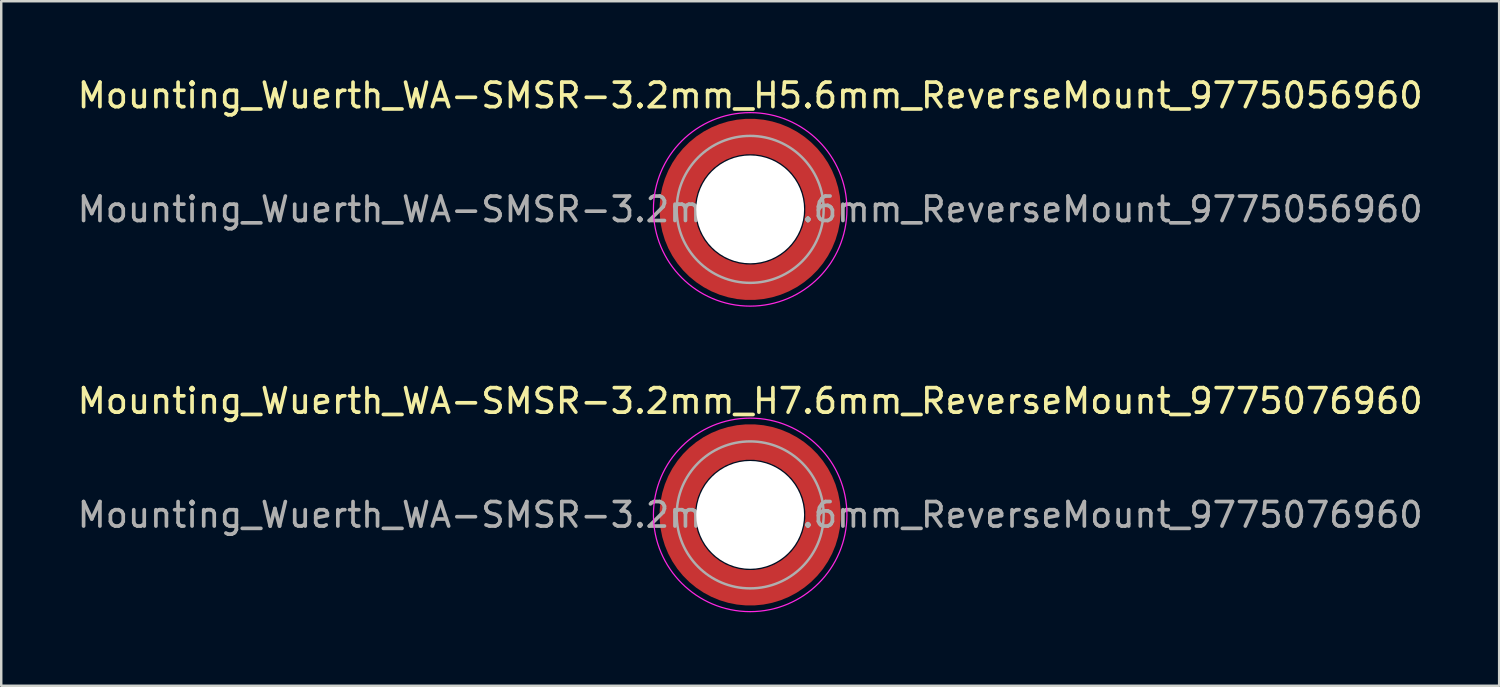
<source format=kicad_pcb>
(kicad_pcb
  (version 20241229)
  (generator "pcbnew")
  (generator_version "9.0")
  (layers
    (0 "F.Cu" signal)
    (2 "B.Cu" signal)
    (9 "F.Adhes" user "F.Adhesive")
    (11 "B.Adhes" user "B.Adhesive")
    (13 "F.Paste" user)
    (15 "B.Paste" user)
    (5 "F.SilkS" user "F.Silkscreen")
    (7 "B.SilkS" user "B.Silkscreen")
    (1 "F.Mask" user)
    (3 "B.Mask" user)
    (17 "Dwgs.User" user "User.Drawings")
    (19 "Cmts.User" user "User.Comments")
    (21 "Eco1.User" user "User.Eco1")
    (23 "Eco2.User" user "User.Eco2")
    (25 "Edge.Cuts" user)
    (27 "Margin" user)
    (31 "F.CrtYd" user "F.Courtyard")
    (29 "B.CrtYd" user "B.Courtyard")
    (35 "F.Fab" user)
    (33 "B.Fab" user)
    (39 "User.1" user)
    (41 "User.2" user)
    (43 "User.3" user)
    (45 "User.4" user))
  (footprint "Mounting_Wuerth_WA-SMSR-3.2mm_H7.6mm_ReverseMount_9775076960"
    (layer "F.Cu")
    (at 27.577 17.971)
    (property "Reference" "Mounting_Wuerth_WA-SMSR-3.2mm_H7.6mm_ReverseMount_9775076960" (at 0 -4.65 0) (layer "F.SilkS") (effects (font (size 1 1) (thickness 0.15))))
    (attr smd allow_soldermask_bridges)
    (fp_circle (center 0 0) (end 3.95 0) (stroke (width 0.05) (type solid)) (fill no) (layer "F.CrtYd"))
    (fp_circle (center 0 0) (end 3 0) (stroke (width 0.1) (type solid)) (fill no) (layer "F.Fab"))
    (fp_text user "${REFERENCE}" (at 0 0 0) (layer "F.Fab") (effects (font (size 1 1) (thickness 0.15))))
    (pad "" smd custom (at -2.095 -2.095) (size 0.672 0.672) (layers "F.Paste") (options (anchor circle)) (primitives (gr_arc (start -0.24231 1.594804) (mid 0.404819 0.404819) (end 1.594804 -0.24231) (width 0.2)) (gr_arc (start -0.3398 1.594804) (mid 0.337349 0.337349) (end 1.594804 -0.3398) (width 0.2)) (gr_arc (start -0.437132 1.594804) (mid 0.269879 0.269879) (end 1.594804 -0.437132) (width 0.2)) (gr_arc (start -0.534324 1.594804) (mid 0.202409 0.202409) (end 1.594804 -0.534324) (width 0.2)) (gr_arc (start -0.631391 1.594804) (mid 0.13494 0.13494) (end 1.594804 -0.631391) (width 0.2)) (gr_arc (start -0.728345 1.594804) (mid 0.06747 0.06747) (end 1.594804 -0.728345) (width 0.2)) (gr_arc (start -0.825197 1.594804) (mid 0 0) (end 1.594804 -0.825197) (width 0.2)) (gr_arc (start -0.921958 1.594804) (mid -0.06747 -0.06747) (end 1.594804 -0.921958) (width 0.2)) (gr_arc (start -1.018637 1.594804) (mid -0.13494 -0.13494) (end 1.594804 -1.018637) (width 0.2)) (gr_arc (start -1.115239 1.594804) (mid -0.202409 -0.202409) (end 1.594804 -1.115239) (width 0.2)) (gr_arc (start -1.211773 1.594804) (mid -0.269879 -0.269879) (end 1.594804 -1.211773) (width 0.2)) (gr_arc (start -1.308244 1.594804) (mid -0.337349 -0.337349) (end 1.594804 -1.308244) (width 0.2)) (gr_arc (start -1.404657 1.594804) (mid -0.404819 -0.404819) (end 1.594804 -1.404657) (width 0.2)) (gr_arc (start -1.404657 1.594804) (mid -0.404819 -0.404819) (end 1.594804 -1.404657) (width 0.2)) (gr_line (start 1.595 -0.242) (end 1.595 -1.405) (width 0.2)) (gr_line (start -0.242 1.595) (end -1.405 1.595) (width 0.2))))
    (pad "" smd custom (at -2.095 2.095) (size 0.672 0.672) (layers "F.Paste") (options (anchor circle)) (primitives (gr_arc (start 1.594804 0.24231) (mid 0.404819 -0.404819) (end -0.24231 -1.594804) (width 0.2)) (gr_arc (start 1.594804 0.3398) (mid 0.337349 -0.337349) (end -0.3398 -1.594804) (width 0.2)) (gr_arc (start 1.594804 0.437132) (mid 0.269879 -0.269879) (end -0.437132 -1.594804) (width 0.2)) (gr_arc (start 1.594804 0.534324) (mid 0.202409 -0.202409) (end -0.534324 -1.594804) (width 0.2)) (gr_arc (start 1.594804 0.631391) (mid 0.13494 -0.13494) (end -0.631391 -1.594804) (width 0.2)) (gr_arc (start 1.594804 0.728345) (mid 0.06747 -0.06747) (end -0.728345 -1.594804) (width 0.2)) (gr_arc (start 1.594804 0.825197) (mid 0 0) (end -0.825197 -1.594804) (width 0.2)) (gr_arc (start 1.594804 0.921958) (mid -0.06747 0.06747) (end -0.921958 -1.594804) (width 0.2)) (gr_arc (start 1.594804 1.018637) (mid -0.13494 0.13494) (end -1.018637 -1.594804) (width 0.2)) (gr_arc (start 1.594804 1.115239) (mid -0.202409 0.202409) (end -1.115239 -1.594804) (width 0.2)) (gr_arc (start 1.594804 1.211773) (mid -0.269879 0.269879) (end -1.211773 -1.594804) (width 0.2)) (gr_arc (start 1.594804 1.308244) (mid -0.337349 0.337349) (end -1.308244 -1.594804) (width 0.2)) (gr_arc (start 1.594804 1.404657) (mid -0.404819 0.404819) (end -1.404657 -1.594804) (width 0.2)) (gr_arc (start 1.594804 1.404657) (mid -0.404819 0.404819) (end -1.404657 -1.594804) (width 0.2)) (gr_line (start -0.242 -1.595) (end -1.405 -1.595) (width 0.2)) (gr_line (start 1.595 0.242) (end 1.595 1.405) (width 0.2))))
    (pad "" np_thru_hole circle (at 0 0) (size 4.4 4.4) (drill 4.4) (layers "*.Cu" "*.Mask"))
    (pad "" smd custom (at 2.095 -2.095) (size 0.672 0.672) (layers "F.Paste") (options (anchor circle)) (primitives (gr_arc (start -1.594804 -0.24231) (mid -0.404819 0.404819) (end 0.24231 1.594804) (width 0.2)) (gr_arc (start -1.594804 -0.3398) (mid -0.337349 0.337349) (end 0.3398 1.594804) (width 0.2)) (gr_arc (start -1.594804 -0.437132) (mid -0.269879 0.269879) (end 0.437132 1.594804) (width 0.2)) (gr_arc (start -1.594804 -0.534324) (mid -0.202409 0.202409) (end 0.534324 1.594804) (width 0.2)) (gr_arc (start -1.594804 -0.631391) (mid -0.13494 0.13494) (end 0.631391 1.594804) (width 0.2)) (gr_arc (start -1.594804 -0.728345) (mid -0.06747 0.06747) (end 0.728345 1.594804) (width 0.2)) (gr_arc (start -1.594804 -0.825197) (mid 0 0) (end 0.825197 1.594804) (width 0.2)) (gr_arc (start -1.594804 -0.921958) (mid 0.06747 -0.06747) (end 0.921958 1.594804) (width 0.2)) (gr_arc (start -1.594804 -1.018637) (mid 0.13494 -0.13494) (end 1.018637 1.594804) (width 0.2)) (gr_arc (start -1.594804 -1.115239) (mid 0.202409 -0.202409) (end 1.115239 1.594804) (width 0.2)) (gr_arc (start -1.594804 -1.211773) (mid 0.269879 -0.269879) (end 1.211773 1.594804) (width 0.2)) (gr_arc (start -1.594804 -1.308244) (mid 0.337349 -0.337349) (end 1.308244 1.594804) (width 0.2)) (gr_arc (start -1.594804 -1.404657) (mid 0.404819 -0.404819) (end 1.404657 1.594804) (width 0.2)) (gr_arc (start -1.594804 -1.404657) (mid 0.404819 -0.404819) (end 1.404657 1.594804) (width 0.2)) (gr_line (start 0.242 1.595) (end 1.405 1.595) (width 0.2)) (gr_line (start -1.595 -0.242) (end -1.595 -1.405) (width 0.2))))
    (pad "" smd custom (at 2.095 2.095) (size 0.672 0.672) (layers "F.Paste") (options (anchor circle)) (primitives (gr_arc (start 0.24231 -1.594804) (mid -0.404819 -0.404819) (end -1.594804 0.24231) (width 0.2)) (gr_arc (start 0.3398 -1.594804) (mid -0.337349 -0.337349) (end -1.594804 0.3398) (width 0.2)) (gr_arc (start 0.437132 -1.594804) (mid -0.269879 -0.269879) (end -1.594804 0.437132) (width 0.2)) (gr_arc (start 0.534324 -1.594804) (mid -0.202409 -0.202409) (end -1.594804 0.534324) (width 0.2)) (gr_arc (start 0.631391 -1.594804) (mid -0.13494 -0.13494) (end -1.594804 0.631391) (width 0.2)) (gr_arc (start 0.728345 -1.594804) (mid -0.06747 -0.06747) (end -1.594804 0.728345) (width 0.2)) (gr_arc (start 0.825197 -1.594804) (mid 0 0) (end -1.594804 0.825197) (width 0.2)) (gr_arc (start 0.921958 -1.594804) (mid 0.06747 0.06747) (end -1.594804 0.921958) (width 0.2)) (gr_arc (start 1.018637 -1.594804) (mid 0.13494 0.13494) (end -1.594804 1.018637) (width 0.2)) (gr_arc (start 1.115239 -1.594804) (mid 0.202409 0.202409) (end -1.594804 1.115239) (width 0.2)) (gr_arc (start 1.211773 -1.594804) (mid 0.269879 0.269879) (end -1.594804 1.211773) (width 0.2)) (gr_arc (start 1.308244 -1.594804) (mid 0.337349 0.337349) (end -1.594804 1.308244) (width 0.2)) (gr_arc (start 1.404657 -1.594804) (mid 0.404819 0.404819) (end -1.594804 1.404657) (width 0.2)) (gr_arc (start 1.404657 -1.594804) (mid 0.404819 0.404819) (end -1.594804 1.404657) (width 0.2)) (gr_line (start -1.595 0.242) (end -1.595 1.405) (width 0.2)) (gr_line (start 0.242 -1.595) (end 1.405 -1.595) (width 0.2))))
    (pad "1" smd circle (at -2.975 0) (size 0.942 0.942) (layers "F.Cu"))
    (pad "1" smd circle (at 0 -2.975) (size 0.942 0.942) (layers "F.Cu"))
    (pad "1" smd circle (at 0 2.975) (size 0.942 0.942) (layers "F.Cu"))
    (pad "1" smd custom (at 2.975 0) (size 1.45 1.45) (layers "F.Cu" "F.Mask") (options (anchor circle)) (primitives (gr_circle (center -2.975 0) (end 0 0) (width 1.45) (fill no)))))
  (footprint "Mounting_Wuerth_WA-SMSR-3.2mm_H5.6mm_ReverseMount_9775056960"
    (layer "F.Cu")
    (at 27.577 5.498)
    (property "Reference" "Mounting_Wuerth_WA-SMSR-3.2mm_H5.6mm_ReverseMount_9775056960" (at 0 -4.65 0) (layer "F.SilkS") (effects (font (size 1 1) (thickness 0.15))))
    (attr smd allow_soldermask_bridges)
    (fp_circle (center 0 0) (end 3.95 0) (stroke (width 0.05) (type solid)) (fill no) (layer "F.CrtYd"))
    (fp_circle (center 0 0) (end 3 0) (stroke (width 0.1) (type solid)) (fill no) (layer "F.Fab"))
    (fp_text user "${REFERENCE}" (at 0 0 0) (layer "F.Fab") (effects (font (size 1 1) (thickness 0.15))))
    (pad "" smd custom (at -2.095 -2.095) (size 0.672 0.672) (layers "F.Paste") (options (anchor circle)) (primitives (gr_arc (start -0.24231 1.594804) (mid 0.404819 0.404819) (end 1.594804 -0.24231) (width 0.2)) (gr_arc (start -0.3398 1.594804) (mid 0.337349 0.337349) (end 1.594804 -0.3398) (width 0.2)) (gr_arc (start -0.437132 1.594804) (mid 0.269879 0.269879) (end 1.594804 -0.437132) (width 0.2)) (gr_arc (start -0.534324 1.594804) (mid 0.202409 0.202409) (end 1.594804 -0.534324) (width 0.2)) (gr_arc (start -0.631391 1.594804) (mid 0.13494 0.13494) (end 1.594804 -0.631391) (width 0.2)) (gr_arc (start -0.728345 1.594804) (mid 0.06747 0.06747) (end 1.594804 -0.728345) (width 0.2)) (gr_arc (start -0.825197 1.594804) (mid 0 0) (end 1.594804 -0.825197) (width 0.2)) (gr_arc (start -0.921958 1.594804) (mid -0.06747 -0.06747) (end 1.594804 -0.921958) (width 0.2)) (gr_arc (start -1.018637 1.594804) (mid -0.13494 -0.13494) (end 1.594804 -1.018637) (width 0.2)) (gr_arc (start -1.115239 1.594804) (mid -0.202409 -0.202409) (end 1.594804 -1.115239) (width 0.2)) (gr_arc (start -1.211773 1.594804) (mid -0.269879 -0.269879) (end 1.594804 -1.211773) (width 0.2)) (gr_arc (start -1.308244 1.594804) (mid -0.337349 -0.337349) (end 1.594804 -1.308244) (width 0.2)) (gr_arc (start -1.404657 1.594804) (mid -0.404819 -0.404819) (end 1.594804 -1.404657) (width 0.2)) (gr_arc (start -1.404657 1.594804) (mid -0.404819 -0.404819) (end 1.594804 -1.404657) (width 0.2)) (gr_line (start 1.595 -0.242) (end 1.595 -1.405) (width 0.2)) (gr_line (start -0.242 1.595) (end -1.405 1.595) (width 0.2))))
    (pad "" smd custom (at -2.095 2.095) (size 0.672 0.672) (layers "F.Paste") (options (anchor circle)) (primitives (gr_arc (start 1.594804 0.24231) (mid 0.404819 -0.404819) (end -0.24231 -1.594804) (width 0.2)) (gr_arc (start 1.594804 0.3398) (mid 0.337349 -0.337349) (end -0.3398 -1.594804) (width 0.2)) (gr_arc (start 1.594804 0.437132) (mid 0.269879 -0.269879) (end -0.437132 -1.594804) (width 0.2)) (gr_arc (start 1.594804 0.534324) (mid 0.202409 -0.202409) (end -0.534324 -1.594804) (width 0.2)) (gr_arc (start 1.594804 0.631391) (mid 0.13494 -0.13494) (end -0.631391 -1.594804) (width 0.2)) (gr_arc (start 1.594804 0.728345) (mid 0.06747 -0.06747) (end -0.728345 -1.594804) (width 0.2)) (gr_arc (start 1.594804 0.825197) (mid 0 0) (end -0.825197 -1.594804) (width 0.2)) (gr_arc (start 1.594804 0.921958) (mid -0.06747 0.06747) (end -0.921958 -1.594804) (width 0.2)) (gr_arc (start 1.594804 1.018637) (mid -0.13494 0.13494) (end -1.018637 -1.594804) (width 0.2)) (gr_arc (start 1.594804 1.115239) (mid -0.202409 0.202409) (end -1.115239 -1.594804) (width 0.2)) (gr_arc (start 1.594804 1.211773) (mid -0.269879 0.269879) (end -1.211773 -1.594804) (width 0.2)) (gr_arc (start 1.594804 1.308244) (mid -0.337349 0.337349) (end -1.308244 -1.594804) (width 0.2)) (gr_arc (start 1.594804 1.404657) (mid -0.404819 0.404819) (end -1.404657 -1.594804) (width 0.2)) (gr_arc (start 1.594804 1.404657) (mid -0.404819 0.404819) (end -1.404657 -1.594804) (width 0.2)) (gr_line (start -0.242 -1.595) (end -1.405 -1.595) (width 0.2)) (gr_line (start 1.595 0.242) (end 1.595 1.405) (width 0.2))))
    (pad "" np_thru_hole circle (at 0 0) (size 4.4 4.4) (drill 4.4) (layers "*.Cu" "*.Mask"))
    (pad "" smd custom (at 2.095 -2.095) (size 0.672 0.672) (layers "F.Paste") (options (anchor circle)) (primitives (gr_arc (start -1.594804 -0.24231) (mid -0.404819 0.404819) (end 0.24231 1.594804) (width 0.2)) (gr_arc (start -1.594804 -0.3398) (mid -0.337349 0.337349) (end 0.3398 1.594804) (width 0.2)) (gr_arc (start -1.594804 -0.437132) (mid -0.269879 0.269879) (end 0.437132 1.594804) (width 0.2)) (gr_arc (start -1.594804 -0.534324) (mid -0.202409 0.202409) (end 0.534324 1.594804) (width 0.2)) (gr_arc (start -1.594804 -0.631391) (mid -0.13494 0.13494) (end 0.631391 1.594804) (width 0.2)) (gr_arc (start -1.594804 -0.728345) (mid -0.06747 0.06747) (end 0.728345 1.594804) (width 0.2)) (gr_arc (start -1.594804 -0.825197) (mid 0 0) (end 0.825197 1.594804) (width 0.2)) (gr_arc (start -1.594804 -0.921958) (mid 0.06747 -0.06747) (end 0.921958 1.594804) (width 0.2)) (gr_arc (start -1.594804 -1.018637) (mid 0.13494 -0.13494) (end 1.018637 1.594804) (width 0.2)) (gr_arc (start -1.594804 -1.115239) (mid 0.202409 -0.202409) (end 1.115239 1.594804) (width 0.2)) (gr_arc (start -1.594804 -1.211773) (mid 0.269879 -0.269879) (end 1.211773 1.594804) (width 0.2)) (gr_arc (start -1.594804 -1.308244) (mid 0.337349 -0.337349) (end 1.308244 1.594804) (width 0.2)) (gr_arc (start -1.594804 -1.404657) (mid 0.404819 -0.404819) (end 1.404657 1.594804) (width 0.2)) (gr_arc (start -1.594804 -1.404657) (mid 0.404819 -0.404819) (end 1.404657 1.594804) (width 0.2)) (gr_line (start 0.242 1.595) (end 1.405 1.595) (width 0.2)) (gr_line (start -1.595 -0.242) (end -1.595 -1.405) (width 0.2))))
    (pad "" smd custom (at 2.095 2.095) (size 0.672 0.672) (layers "F.Paste") (options (anchor circle)) (primitives (gr_arc (start 0.24231 -1.594804) (mid -0.404819 -0.404819) (end -1.594804 0.24231) (width 0.2)) (gr_arc (start 0.3398 -1.594804) (mid -0.337349 -0.337349) (end -1.594804 0.3398) (width 0.2)) (gr_arc (start 0.437132 -1.594804) (mid -0.269879 -0.269879) (end -1.594804 0.437132) (width 0.2)) (gr_arc (start 0.534324 -1.594804) (mid -0.202409 -0.202409) (end -1.594804 0.534324) (width 0.2)) (gr_arc (start 0.631391 -1.594804) (mid -0.13494 -0.13494) (end -1.594804 0.631391) (width 0.2)) (gr_arc (start 0.728345 -1.594804) (mid -0.06747 -0.06747) (end -1.594804 0.728345) (width 0.2)) (gr_arc (start 0.825197 -1.594804) (mid 0 0) (end -1.594804 0.825197) (width 0.2)) (gr_arc (start 0.921958 -1.594804) (mid 0.06747 0.06747) (end -1.594804 0.921958) (width 0.2)) (gr_arc (start 1.018637 -1.594804) (mid 0.13494 0.13494) (end -1.594804 1.018637) (width 0.2)) (gr_arc (start 1.115239 -1.594804) (mid 0.202409 0.202409) (end -1.594804 1.115239) (width 0.2)) (gr_arc (start 1.211773 -1.594804) (mid 0.269879 0.269879) (end -1.594804 1.211773) (width 0.2)) (gr_arc (start 1.308244 -1.594804) (mid 0.337349 0.337349) (end -1.594804 1.308244) (width 0.2)) (gr_arc (start 1.404657 -1.594804) (mid 0.404819 0.404819) (end -1.594804 1.404657) (width 0.2)) (gr_arc (start 1.404657 -1.594804) (mid 0.404819 0.404819) (end -1.594804 1.404657) (width 0.2)) (gr_line (start -1.595 0.242) (end -1.595 1.405) (width 0.2)) (gr_line (start 0.242 -1.595) (end 1.405 -1.595) (width 0.2))))
    (pad "1" smd circle (at -2.975 0) (size 0.942 0.942) (layers "F.Cu"))
    (pad "1" smd circle (at 0 -2.975) (size 0.942 0.942) (layers "F.Cu"))
    (pad "1" smd circle (at 0 2.975) (size 0.942 0.942) (layers "F.Cu"))
    (pad "1" smd custom (at 2.975 0) (size 1.45 1.45) (layers "F.Cu" "F.Mask") (options (anchor circle)) (primitives (gr_circle (center -2.975 0) (end 0 0) (width 1.45) (fill no)))))
  (gr_rect
    (start -3 -3)
    (end 58.155 24.947)
    (stroke (width 0.1) (type default))
    (fill no)
    (layer "Edge.Cuts")))
</source>
